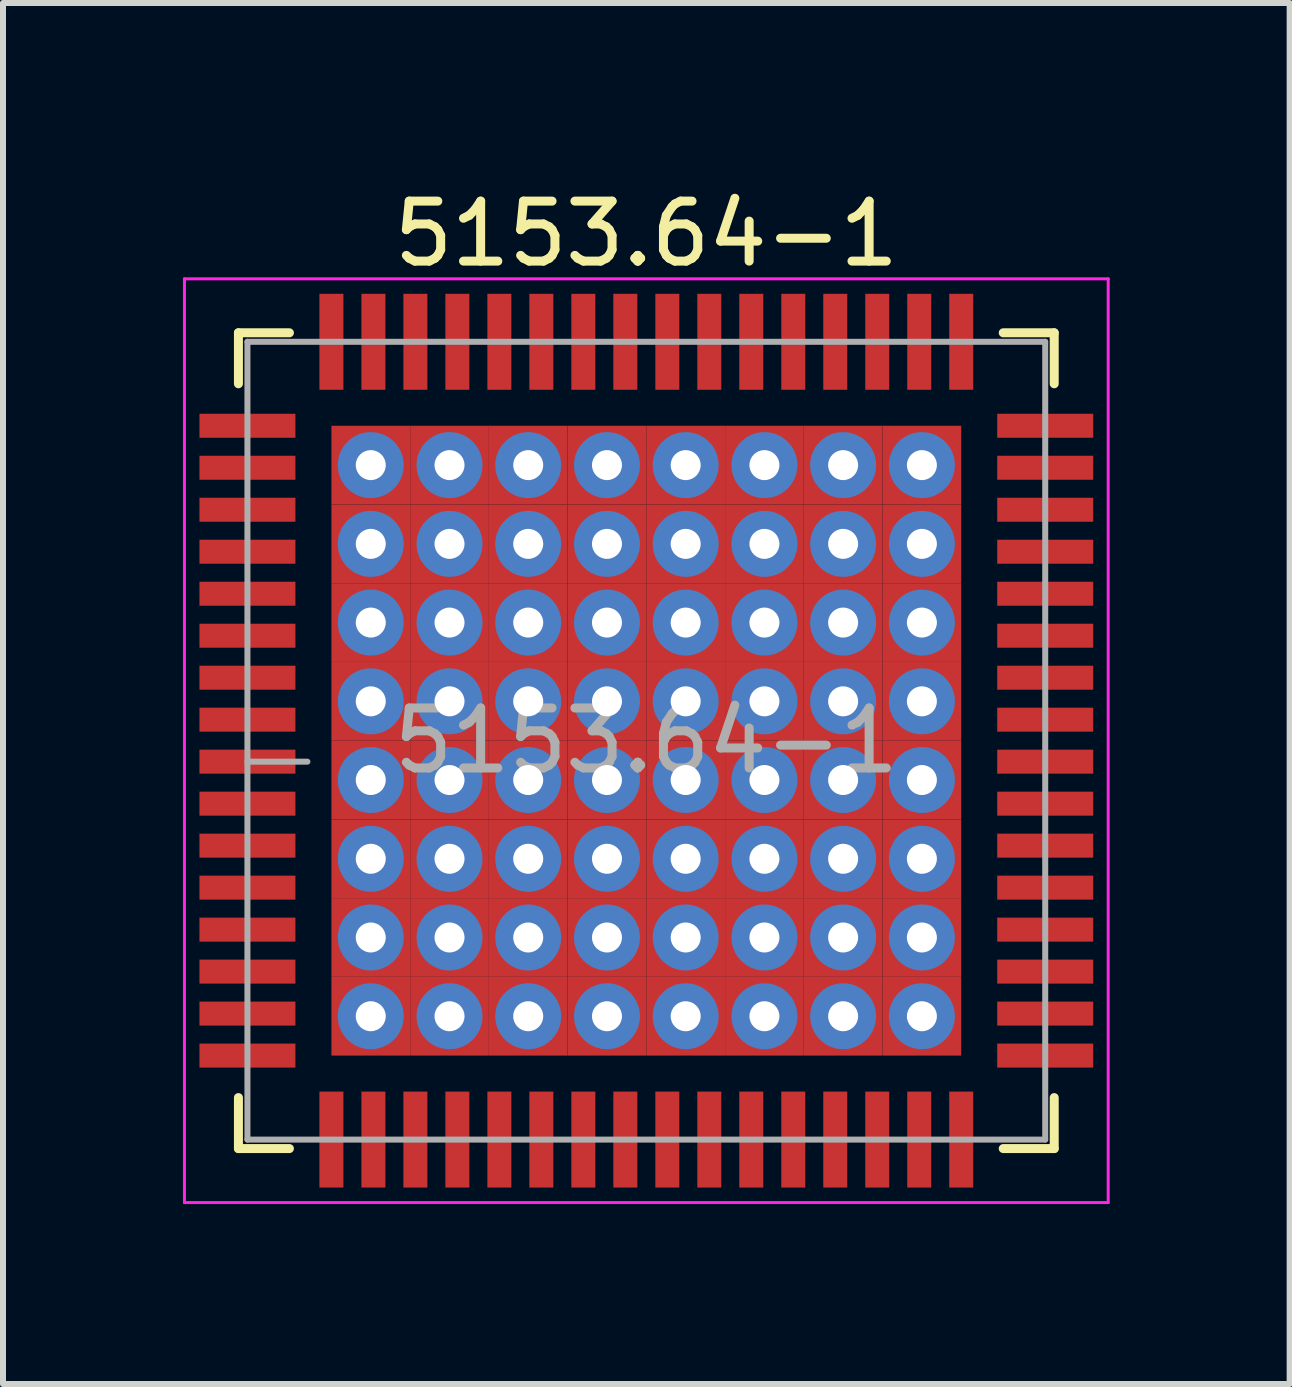
<source format=kicad_pcb>
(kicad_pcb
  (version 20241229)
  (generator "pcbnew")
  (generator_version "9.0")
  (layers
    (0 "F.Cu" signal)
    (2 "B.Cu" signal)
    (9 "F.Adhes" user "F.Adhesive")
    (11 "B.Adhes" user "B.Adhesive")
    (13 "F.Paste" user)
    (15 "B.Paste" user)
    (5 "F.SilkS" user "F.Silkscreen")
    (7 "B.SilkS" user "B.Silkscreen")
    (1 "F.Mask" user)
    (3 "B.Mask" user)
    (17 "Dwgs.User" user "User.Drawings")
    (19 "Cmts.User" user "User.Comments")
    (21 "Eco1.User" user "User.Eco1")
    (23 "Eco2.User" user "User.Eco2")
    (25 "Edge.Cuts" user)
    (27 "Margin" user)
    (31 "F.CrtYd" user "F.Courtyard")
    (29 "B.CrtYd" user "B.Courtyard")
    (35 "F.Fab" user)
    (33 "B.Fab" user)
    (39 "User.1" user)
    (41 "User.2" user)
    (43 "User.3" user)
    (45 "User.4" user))
  (footprint "5153.64-1"
    (layer "F.Cu")
    (at 7.725 9.298)
    (property "Reference" "5153.64-1" (at 0 -8.45 0) (layer "F.SilkS") (effects (font (size 1 1) (thickness 0.15))))
    (attr smd)
    (fp_line (start -6.8 -6.8) (end -5.95 -6.8) (stroke (width 0.15) (type solid)) (layer "F.SilkS"))
    (fp_line (start -6.8 -5.95) (end -6.8 -6.8) (stroke (width 0.15) (type solid)) (layer "F.SilkS"))
    (fp_line (start -6.8 6.8) (end -6.8 5.95) (stroke (width 0.15) (type solid)) (layer "F.SilkS"))
    (fp_line (start -5.95 6.8) (end -6.8 6.8) (stroke (width 0.15) (type solid)) (layer "F.SilkS"))
    (fp_line (start 5.95 -6.8) (end 6.8 -6.8) (stroke (width 0.15) (type solid)) (layer "F.SilkS"))
    (fp_line (start 5.95 6.8) (end 6.8 6.8) (stroke (width 0.15) (type solid)) (layer "F.SilkS"))
    (fp_line (start 6.8 -6.8) (end 6.8 -5.95) (stroke (width 0.15) (type solid)) (layer "F.SilkS"))
    (fp_line (start 6.8 6.8) (end 6.8 5.95) (stroke (width 0.15) (type solid)) (layer "F.SilkS"))
    (fp_line (start -7.7 -7.7) (end 7.7 -7.7) (stroke (width 0.05) (type solid)) (layer "F.CrtYd"))
    (fp_line (start -7.7 7.7) (end -7.7 -7.7) (stroke (width 0.05) (type solid)) (layer "F.CrtYd"))
    (fp_line (start 7.7 -7.7) (end 7.7 7.7) (stroke (width 0.05) (type solid)) (layer "F.CrtYd"))
    (fp_line (start 7.7 7.7) (end -7.7 7.7) (stroke (width 0.05) (type solid)) (layer "F.CrtYd"))
    (fp_line (start -6.65 -6.65) (end -6.65 6.65) (stroke (width 0.1) (type solid)) (layer "F.Fab"))
    (fp_line (start -6.65 0.35) (end -5.65 0.35) (stroke (width 0.1) (type solid)) (layer "F.Fab"))
    (fp_line (start -6.65 6.65) (end 6.65 6.65) (stroke (width 0.1) (type solid)) (layer "F.Fab"))
    (fp_line (start 6.65 -6.65) (end -6.65 -6.65) (stroke (width 0.1) (type solid)) (layer "F.Fab"))
    (fp_line (start 6.65 6.65) (end 6.65 -6.65) (stroke (width 0.1) (type solid)) (layer "F.Fab"))
    (fp_text user "${REFERENCE}" (at 0 0 0) (layer "F.Fab") (effects (font (size 1 1) (thickness 0.15))))
    (pad "1" smd rect (at -6.65 0.35 90) (size 0.4 1.6) (layers "F.Cu" "F.Mask" "F.Paste"))
    (pad "2" smd rect (at -6.65 1.05 90) (size 0.4 1.6) (layers "F.Cu" "F.Mask" "F.Paste"))
    (pad "3" smd rect (at -6.65 1.75 90) (size 0.4 1.6) (layers "F.Cu" "F.Mask" "F.Paste"))
    (pad "4" smd rect (at -6.65 2.45 90) (size 0.4 1.6) (layers "F.Cu" "F.Mask" "F.Paste"))
    (pad "5" smd rect (at -6.65 3.15 90) (size 0.4 1.6) (layers "F.Cu" "F.Mask" "F.Paste"))
    (pad "6" smd rect (at -6.65 3.85 90) (size 0.4 1.6) (layers "F.Cu" "F.Mask" "F.Paste"))
    (pad "7" smd rect (at -6.65 4.55 90) (size 0.4 1.6) (layers "F.Cu" "F.Mask" "F.Paste"))
    (pad "8" smd rect (at -6.65 5.25 90) (size 0.4 1.6) (layers "F.Cu" "F.Mask" "F.Paste"))
    (pad "9" smd rect (at -5.25 6.65) (size 0.4 1.6) (layers "F.Cu" "F.Mask" "F.Paste"))
    (pad "10" smd rect (at -4.55 6.65) (size 0.4 1.6) (layers "F.Cu" "F.Mask" "F.Paste"))
    (pad "11" smd rect (at -3.85 6.65) (size 0.4 1.6) (layers "F.Cu" "F.Mask" "F.Paste"))
    (pad "12" smd rect (at -3.15 6.65) (size 0.4 1.6) (layers "F.Cu" "F.Mask" "F.Paste"))
    (pad "13" smd rect (at -2.45 6.65) (size 0.4 1.6) (layers "F.Cu" "F.Mask" "F.Paste"))
    (pad "14" smd rect (at -1.75 6.65) (size 0.4 1.6) (layers "F.Cu" "F.Mask" "F.Paste"))
    (pad "15" smd rect (at -1.05 6.65) (size 0.4 1.6) (layers "F.Cu" "F.Mask" "F.Paste"))
    (pad "16" smd rect (at -0.35 6.65) (size 0.4 1.6) (layers "F.Cu" "F.Mask" "F.Paste"))
    (pad "17" smd rect (at 0.35 6.65) (size 0.4 1.6) (layers "F.Cu" "F.Mask" "F.Paste"))
    (pad "18" smd rect (at 1.05 6.65) (size 0.4 1.6) (layers "F.Cu" "F.Mask" "F.Paste"))
    (pad "19" smd rect (at 1.75 6.65) (size 0.4 1.6) (layers "F.Cu" "F.Mask" "F.Paste"))
    (pad "20" smd rect (at 2.45 6.65) (size 0.4 1.6) (layers "F.Cu" "F.Mask" "F.Paste"))
    (pad "21" smd rect (at 3.15 6.65) (size 0.4 1.6) (layers "F.Cu" "F.Mask" "F.Paste"))
    (pad "22" smd rect (at 3.85 6.65) (size 0.4 1.6) (layers "F.Cu" "F.Mask" "F.Paste"))
    (pad "23" smd rect (at 4.55 6.65) (size 0.4 1.6) (layers "F.Cu" "F.Mask" "F.Paste"))
    (pad "24" smd rect (at 5.25 6.65) (size 0.4 1.6) (layers "F.Cu" "F.Mask" "F.Paste"))
    (pad "25" smd rect (at 6.65 5.25 90) (size 0.4 1.6) (layers "F.Cu" "F.Mask" "F.Paste"))
    (pad "26" smd rect (at 6.65 4.55 90) (size 0.4 1.6) (layers "F.Cu" "F.Mask" "F.Paste"))
    (pad "27" smd rect (at 6.65 3.85 90) (size 0.4 1.6) (layers "F.Cu" "F.Mask" "F.Paste"))
    (pad "28" smd rect (at 6.65 3.15 90) (size 0.4 1.6) (layers "F.Cu" "F.Mask" "F.Paste"))
    (pad "29" smd rect (at 6.65 2.45 90) (size 0.4 1.6) (layers "F.Cu" "F.Mask" "F.Paste"))
    (pad "30" smd rect (at 6.65 1.75 90) (size 0.4 1.6) (layers "F.Cu" "F.Mask" "F.Paste"))
    (pad "31" smd rect (at 6.65 1.05 90) (size 0.4 1.6) (layers "F.Cu" "F.Mask" "F.Paste"))
    (pad "32" smd rect (at 6.65 0.35 90) (size 0.4 1.6) (layers "F.Cu" "F.Mask" "F.Paste"))
    (pad "33" smd rect (at 6.65 -0.35 90) (size 0.4 1.6) (layers "F.Cu" "F.Mask" "F.Paste"))
    (pad "34" smd rect (at 6.65 -1.05 90) (size 0.4 1.6) (layers "F.Cu" "F.Mask" "F.Paste"))
    (pad "35" smd rect (at 6.65 -1.75 90) (size 0.4 1.6) (layers "F.Cu" "F.Mask" "F.Paste"))
    (pad "36" smd rect (at 6.65 -2.45 90) (size 0.4 1.6) (layers "F.Cu" "F.Mask" "F.Paste"))
    (pad "37" smd rect (at 6.65 -3.15 90) (size 0.4 1.6) (layers "F.Cu" "F.Mask" "F.Paste"))
    (pad "38" smd rect (at 6.65 -3.85 90) (size 0.4 1.6) (layers "F.Cu" "F.Mask" "F.Paste"))
    (pad "39" smd rect (at 6.65 -4.55 90) (size 0.4 1.6) (layers "F.Cu" "F.Mask" "F.Paste"))
    (pad "40" smd rect (at 6.65 -5.25 90) (size 0.4 1.6) (layers "F.Cu" "F.Mask" "F.Paste"))
    (pad "41" smd rect (at 5.25 -6.65) (size 0.4 1.6) (layers "F.Cu" "F.Mask" "F.Paste"))
    (pad "42" smd rect (at 4.55 -6.65) (size 0.4 1.6) (layers "F.Cu" "F.Mask" "F.Paste"))
    (pad "43" smd rect (at 3.85 -6.65) (size 0.4 1.6) (layers "F.Cu" "F.Mask" "F.Paste"))
    (pad "44" smd rect (at 3.15 -6.65) (size 0.4 1.6) (layers "F.Cu" "F.Mask" "F.Paste"))
    (pad "45" smd rect (at 2.45 -6.65) (size 0.4 1.6) (layers "F.Cu" "F.Mask" "F.Paste"))
    (pad "46" smd rect (at 1.75 -6.65) (size 0.4 1.6) (layers "F.Cu" "F.Mask" "F.Paste"))
    (pad "47" smd rect (at 1.05 -6.65) (size 0.4 1.6) (layers "F.Cu" "F.Mask" "F.Paste"))
    (pad "48" smd rect (at 0.35 -6.65) (size 0.4 1.6) (layers "F.Cu" "F.Mask" "F.Paste"))
    (pad "49" smd rect (at -0.35 -6.65) (size 0.4 1.6) (layers "F.Cu" "F.Mask" "F.Paste"))
    (pad "50" smd rect (at -1.05 -6.65) (size 0.4 1.6) (layers "F.Cu" "F.Mask" "F.Paste"))
    (pad "51" smd rect (at -1.75 -6.65) (size 0.4 1.6) (layers "F.Cu" "F.Mask" "F.Paste"))
    (pad "52" smd rect (at -2.45 -6.65) (size 0.4 1.6) (layers "F.Cu" "F.Mask" "F.Paste"))
    (pad "53" smd rect (at -3.15 -6.65) (size 0.4 1.6) (layers "F.Cu" "F.Mask" "F.Paste"))
    (pad "54" smd rect (at -3.85 -6.65) (size 0.4 1.6) (layers "F.Cu" "F.Mask" "F.Paste"))
    (pad "55" smd rect (at -4.55 -6.65) (size 0.4 1.6) (layers "F.Cu" "F.Mask" "F.Paste"))
    (pad "56" smd rect (at -5.25 -6.65) (size 0.4 1.6) (layers "F.Cu" "F.Mask" "F.Paste"))
    (pad "57" smd rect (at -6.65 -5.25 90) (size 0.4 1.6) (layers "F.Cu" "F.Mask" "F.Paste"))
    (pad "58" smd rect (at -6.65 -4.55 90) (size 0.4 1.6) (layers "F.Cu" "F.Mask" "F.Paste"))
    (pad "59" smd rect (at -6.65 -3.85 90) (size 0.4 1.6) (layers "F.Cu" "F.Mask" "F.Paste"))
    (pad "60" smd rect (at -6.65 -3.15 90) (size 0.4 1.6) (layers "F.Cu" "F.Mask" "F.Paste"))
    (pad "61" smd rect (at -6.65 -2.45 90) (size 0.4 1.6) (layers "F.Cu" "F.Mask" "F.Paste"))
    (pad "62" smd rect (at -6.65 -1.75 90) (size 0.4 1.6) (layers "F.Cu" "F.Mask" "F.Paste"))
    (pad "63" smd rect (at -6.65 -1.05 90) (size 0.4 1.6) (layers "F.Cu" "F.Mask" "F.Paste"))
    (pad "64" smd rect (at -6.65 -0.35 90) (size 0.4 1.6) (layers "F.Cu" "F.Mask" "F.Paste"))
    (pad "65" thru_hole circle (at -4.594 -4.594) (size 1.1 1.1) (drill 0.5) (layers "*.Cu" "*.Mask"))
    (pad "65" smd rect (at -4.594 -4.594) (size 1.312 1.312) (layers "F.Cu" "F.Mask" "F.Paste"))
    (pad "65" thru_hole circle (at -4.594 -3.281) (size 1.1 1.1) (drill 0.5) (layers "*.Cu" "*.Mask"))
    (pad "65" smd rect (at -4.594 -3.281) (size 1.312 1.312) (layers "F.Cu" "F.Mask" "F.Paste"))
    (pad "65" thru_hole circle (at -4.594 -1.969) (size 1.1 1.1) (drill 0.5) (layers "*.Cu" "*.Mask"))
    (pad "65" smd rect (at -4.594 -1.969) (size 1.312 1.312) (layers "F.Cu" "F.Mask" "F.Paste"))
    (pad "65" thru_hole circle (at -4.594 -0.656) (size 1.1 1.1) (drill 0.5) (layers "*.Cu" "*.Mask"))
    (pad "65" smd rect (at -4.594 -0.656) (size 1.312 1.312) (layers "F.Cu" "F.Mask" "F.Paste"))
    (pad "65" thru_hole circle (at -4.594 0.656) (size 1.1 1.1) (drill 0.5) (layers "*.Cu" "*.Mask"))
    (pad "65" smd rect (at -4.594 0.656) (size 1.312 1.312) (layers "F.Cu" "F.Mask" "F.Paste"))
    (pad "65" thru_hole circle (at -4.594 1.969) (size 1.1 1.1) (drill 0.5) (layers "*.Cu" "*.Mask"))
    (pad "65" smd rect (at -4.594 1.969) (size 1.312 1.312) (layers "F.Cu" "F.Mask" "F.Paste"))
    (pad "65" thru_hole circle (at -4.594 3.281) (size 1.1 1.1) (drill 0.5) (layers "*.Cu" "*.Mask"))
    (pad "65" smd rect (at -4.594 3.281) (size 1.312 1.312) (layers "F.Cu" "F.Mask" "F.Paste"))
    (pad "65" thru_hole circle (at -4.594 4.594) (size 1.1 1.1) (drill 0.5) (layers "*.Cu" "*.Mask"))
    (pad "65" smd rect (at -4.594 4.594) (size 1.312 1.312) (layers "F.Cu" "F.Mask" "F.Paste"))
    (pad "65" thru_hole circle (at -3.281 -4.594) (size 1.1 1.1) (drill 0.5) (layers "*.Cu" "*.Mask"))
    (pad "65" smd rect (at -3.281 -4.594) (size 1.312 1.312) (layers "F.Cu" "F.Mask" "F.Paste"))
    (pad "65" thru_hole circle (at -3.281 -3.281) (size 1.1 1.1) (drill 0.5) (layers "*.Cu" "*.Mask"))
    (pad "65" smd rect (at -3.281 -3.281) (size 1.312 1.312) (layers "F.Cu" "F.Mask" "F.Paste"))
    (pad "65" thru_hole circle (at -3.281 -1.969) (size 1.1 1.1) (drill 0.5) (layers "*.Cu" "*.Mask"))
    (pad "65" smd rect (at -3.281 -1.969) (size 1.312 1.312) (layers "F.Cu" "F.Mask" "F.Paste"))
    (pad "65" thru_hole circle (at -3.281 -0.656) (size 1.1 1.1) (drill 0.5) (layers "*.Cu" "*.Mask"))
    (pad "65" smd rect (at -3.281 -0.656) (size 1.312 1.312) (layers "F.Cu" "F.Mask" "F.Paste"))
    (pad "65" thru_hole circle (at -3.281 0.656) (size 1.1 1.1) (drill 0.5) (layers "*.Cu" "*.Mask"))
    (pad "65" smd rect (at -3.281 0.656) (size 1.312 1.312) (layers "F.Cu" "F.Mask" "F.Paste"))
    (pad "65" thru_hole circle (at -3.281 1.969) (size 1.1 1.1) (drill 0.5) (layers "*.Cu" "*.Mask"))
    (pad "65" smd rect (at -3.281 1.969) (size 1.312 1.312) (layers "F.Cu" "F.Mask" "F.Paste"))
    (pad "65" thru_hole circle (at -3.281 3.281) (size 1.1 1.1) (drill 0.5) (layers "*.Cu" "*.Mask"))
    (pad "65" smd rect (at -3.281 3.281) (size 1.312 1.312) (layers "F.Cu" "F.Mask" "F.Paste"))
    (pad "65" thru_hole circle (at -3.281 4.594) (size 1.1 1.1) (drill 0.5) (layers "*.Cu" "*.Mask"))
    (pad "65" smd rect (at -3.281 4.594) (size 1.312 1.312) (layers "F.Cu" "F.Mask" "F.Paste"))
    (pad "65" thru_hole circle (at -1.969 -4.594) (size 1.1 1.1) (drill 0.5) (layers "*.Cu" "*.Mask"))
    (pad "65" smd rect (at -1.969 -4.594) (size 1.312 1.312) (layers "F.Cu" "F.Mask" "F.Paste"))
    (pad "65" thru_hole circle (at -1.969 -3.281) (size 1.1 1.1) (drill 0.5) (layers "*.Cu" "*.Mask"))
    (pad "65" smd rect (at -1.969 -3.281) (size 1.312 1.312) (layers "F.Cu" "F.Mask" "F.Paste"))
    (pad "65" thru_hole circle (at -1.969 -1.969) (size 1.1 1.1) (drill 0.5) (layers "*.Cu" "*.Mask"))
    (pad "65" smd rect (at -1.969 -1.969) (size 1.312 1.312) (layers "F.Cu" "F.Mask" "F.Paste"))
    (pad "65" thru_hole circle (at -1.969 -0.656) (size 1.1 1.1) (drill 0.5) (layers "*.Cu" "*.Mask"))
    (pad "65" smd rect (at -1.969 -0.656) (size 1.312 1.312) (layers "F.Cu" "F.Mask" "F.Paste"))
    (pad "65" thru_hole circle (at -1.969 0.656) (size 1.1 1.1) (drill 0.5) (layers "*.Cu" "*.Mask"))
    (pad "65" smd rect (at -1.969 0.656) (size 1.312 1.312) (layers "F.Cu" "F.Mask" "F.Paste"))
    (pad "65" thru_hole circle (at -1.969 1.969) (size 1.1 1.1) (drill 0.5) (layers "*.Cu" "*.Mask"))
    (pad "65" smd rect (at -1.969 1.969) (size 1.312 1.312) (layers "F.Cu" "F.Mask" "F.Paste"))
    (pad "65" thru_hole circle (at -1.969 3.281) (size 1.1 1.1) (drill 0.5) (layers "*.Cu" "*.Mask"))
    (pad "65" smd rect (at -1.969 3.281) (size 1.312 1.312) (layers "F.Cu" "F.Mask" "F.Paste"))
    (pad "65" thru_hole circle (at -1.969 4.594) (size 1.1 1.1) (drill 0.5) (layers "*.Cu" "*.Mask"))
    (pad "65" smd rect (at -1.969 4.594) (size 1.312 1.312) (layers "F.Cu" "F.Mask" "F.Paste"))
    (pad "65" thru_hole circle (at -0.656 -4.594) (size 1.1 1.1) (drill 0.5) (layers "*.Cu" "*.Mask"))
    (pad "65" smd rect (at -0.656 -4.594) (size 1.312 1.312) (layers "F.Cu" "F.Mask" "F.Paste"))
    (pad "65" thru_hole circle (at -0.656 -3.281) (size 1.1 1.1) (drill 0.5) (layers "*.Cu" "*.Mask"))
    (pad "65" smd rect (at -0.656 -3.281) (size 1.312 1.312) (layers "F.Cu" "F.Mask" "F.Paste"))
    (pad "65" thru_hole circle (at -0.656 -1.969) (size 1.1 1.1) (drill 0.5) (layers "*.Cu" "*.Mask"))
    (pad "65" smd rect (at -0.656 -1.969) (size 1.312 1.312) (layers "F.Cu" "F.Mask" "F.Paste"))
    (pad "65" thru_hole circle (at -0.656 -0.656) (size 1.1 1.1) (drill 0.5) (layers "*.Cu" "*.Mask"))
    (pad "65" smd rect (at -0.656 -0.656) (size 1.312 1.312) (layers "F.Cu" "F.Mask" "F.Paste"))
    (pad "65" thru_hole circle (at -0.656 0.656) (size 1.1 1.1) (drill 0.5) (layers "*.Cu" "*.Mask"))
    (pad "65" smd rect (at -0.656 0.656) (size 1.312 1.312) (layers "F.Cu" "F.Mask" "F.Paste"))
    (pad "65" thru_hole circle (at -0.656 1.969) (size 1.1 1.1) (drill 0.5) (layers "*.Cu" "*.Mask"))
    (pad "65" smd rect (at -0.656 1.969) (size 1.312 1.312) (layers "F.Cu" "F.Mask" "F.Paste"))
    (pad "65" thru_hole circle (at -0.656 3.281) (size 1.1 1.1) (drill 0.5) (layers "*.Cu" "*.Mask"))
    (pad "65" smd rect (at -0.656 3.281) (size 1.312 1.312) (layers "F.Cu" "F.Mask" "F.Paste"))
    (pad "65" thru_hole circle (at -0.656 4.594) (size 1.1 1.1) (drill 0.5) (layers "*.Cu" "*.Mask"))
    (pad "65" smd rect (at -0.656 4.594) (size 1.312 1.312) (layers "F.Cu" "F.Mask" "F.Paste"))
    (pad "65" thru_hole circle (at 0.656 -4.594) (size 1.1 1.1) (drill 0.5) (layers "*.Cu" "*.Mask"))
    (pad "65" smd rect (at 0.656 -4.594) (size 1.312 1.312) (layers "F.Cu" "F.Mask" "F.Paste"))
    (pad "65" thru_hole circle (at 0.656 -3.281) (size 1.1 1.1) (drill 0.5) (layers "*.Cu" "*.Mask"))
    (pad "65" smd rect (at 0.656 -3.281) (size 1.312 1.312) (layers "F.Cu" "F.Mask" "F.Paste"))
    (pad "65" thru_hole circle (at 0.656 -1.969) (size 1.1 1.1) (drill 0.5) (layers "*.Cu" "*.Mask"))
    (pad "65" smd rect (at 0.656 -1.969) (size 1.312 1.312) (layers "F.Cu" "F.Mask" "F.Paste"))
    (pad "65" thru_hole circle (at 0.656 -0.656) (size 1.1 1.1) (drill 0.5) (layers "*.Cu" "*.Mask"))
    (pad "65" smd rect (at 0.656 -0.656) (size 1.312 1.312) (layers "F.Cu" "F.Mask" "F.Paste"))
    (pad "65" thru_hole circle (at 0.656 0.656) (size 1.1 1.1) (drill 0.5) (layers "*.Cu" "*.Mask"))
    (pad "65" smd rect (at 0.656 0.656) (size 1.312 1.312) (layers "F.Cu" "F.Mask" "F.Paste"))
    (pad "65" thru_hole circle (at 0.656 1.969) (size 1.1 1.1) (drill 0.5) (layers "*.Cu" "*.Mask"))
    (pad "65" smd rect (at 0.656 1.969) (size 1.312 1.312) (layers "F.Cu" "F.Mask" "F.Paste"))
    (pad "65" thru_hole circle (at 0.656 3.281) (size 1.1 1.1) (drill 0.5) (layers "*.Cu" "*.Mask"))
    (pad "65" smd rect (at 0.656 3.281) (size 1.312 1.312) (layers "F.Cu" "F.Mask" "F.Paste"))
    (pad "65" thru_hole circle (at 0.656 4.594) (size 1.1 1.1) (drill 0.5) (layers "*.Cu" "*.Mask"))
    (pad "65" smd rect (at 0.656 4.594) (size 1.312 1.312) (layers "F.Cu" "F.Mask" "F.Paste"))
    (pad "65" thru_hole circle (at 1.969 -4.594) (size 1.1 1.1) (drill 0.5) (layers "*.Cu" "*.Mask"))
    (pad "65" smd rect (at 1.969 -4.594) (size 1.312 1.312) (layers "F.Cu" "F.Mask" "F.Paste"))
    (pad "65" thru_hole circle (at 1.969 -3.281) (size 1.1 1.1) (drill 0.5) (layers "*.Cu" "*.Mask"))
    (pad "65" smd rect (at 1.969 -3.281) (size 1.312 1.312) (layers "F.Cu" "F.Mask" "F.Paste"))
    (pad "65" thru_hole circle (at 1.969 -1.969) (size 1.1 1.1) (drill 0.5) (layers "*.Cu" "*.Mask"))
    (pad "65" smd rect (at 1.969 -1.969) (size 1.312 1.312) (layers "F.Cu" "F.Mask" "F.Paste"))
    (pad "65" thru_hole circle (at 1.969 -0.656) (size 1.1 1.1) (drill 0.5) (layers "*.Cu" "*.Mask"))
    (pad "65" smd rect (at 1.969 -0.656) (size 1.312 1.312) (layers "F.Cu" "F.Mask" "F.Paste"))
    (pad "65" thru_hole circle (at 1.969 0.656) (size 1.1 1.1) (drill 0.5) (layers "*.Cu" "*.Mask"))
    (pad "65" smd rect (at 1.969 0.656) (size 1.312 1.312) (layers "F.Cu" "F.Mask" "F.Paste"))
    (pad "65" thru_hole circle (at 1.969 1.969) (size 1.1 1.1) (drill 0.5) (layers "*.Cu" "*.Mask"))
    (pad "65" smd rect (at 1.969 1.969) (size 1.312 1.312) (layers "F.Cu" "F.Mask" "F.Paste"))
    (pad "65" thru_hole circle (at 1.969 3.281) (size 1.1 1.1) (drill 0.5) (layers "*.Cu" "*.Mask"))
    (pad "65" smd rect (at 1.969 3.281) (size 1.312 1.312) (layers "F.Cu" "F.Mask" "F.Paste"))
    (pad "65" thru_hole circle (at 1.969 4.594) (size 1.1 1.1) (drill 0.5) (layers "*.Cu" "*.Mask"))
    (pad "65" smd rect (at 1.969 4.594) (size 1.312 1.312) (layers "F.Cu" "F.Mask" "F.Paste"))
    (pad "65" thru_hole circle (at 3.281 -4.594) (size 1.1 1.1) (drill 0.5) (layers "*.Cu" "*.Mask"))
    (pad "65" smd rect (at 3.281 -4.594) (size 1.312 1.312) (layers "F.Cu" "F.Mask" "F.Paste"))
    (pad "65" thru_hole circle (at 3.281 -3.281) (size 1.1 1.1) (drill 0.5) (layers "*.Cu" "*.Mask"))
    (pad "65" smd rect (at 3.281 -3.281) (size 1.312 1.312) (layers "F.Cu" "F.Mask" "F.Paste"))
    (pad "65" thru_hole circle (at 3.281 -1.969) (size 1.1 1.1) (drill 0.5) (layers "*.Cu" "*.Mask"))
    (pad "65" smd rect (at 3.281 -1.969) (size 1.312 1.312) (layers "F.Cu" "F.Mask" "F.Paste"))
    (pad "65" thru_hole circle (at 3.281 -0.656) (size 1.1 1.1) (drill 0.5) (layers "*.Cu" "*.Mask"))
    (pad "65" smd rect (at 3.281 -0.656) (size 1.312 1.312) (layers "F.Cu" "F.Mask" "F.Paste"))
    (pad "65" thru_hole circle (at 3.281 0.656) (size 1.1 1.1) (drill 0.5) (layers "*.Cu" "*.Mask"))
    (pad "65" smd rect (at 3.281 0.656) (size 1.312 1.312) (layers "F.Cu" "F.Mask" "F.Paste"))
    (pad "65" thru_hole circle (at 3.281 1.969) (size 1.1 1.1) (drill 0.5) (layers "*.Cu" "*.Mask"))
    (pad "65" smd rect (at 3.281 1.969) (size 1.312 1.312) (layers "F.Cu" "F.Mask" "F.Paste"))
    (pad "65" thru_hole circle (at 3.281 3.281) (size 1.1 1.1) (drill 0.5) (layers "*.Cu" "*.Mask"))
    (pad "65" smd rect (at 3.281 3.281) (size 1.312 1.312) (layers "F.Cu" "F.Mask" "F.Paste"))
    (pad "65" thru_hole circle (at 3.281 4.594) (size 1.1 1.1) (drill 0.5) (layers "*.Cu" "*.Mask"))
    (pad "65" smd rect (at 3.281 4.594) (size 1.312 1.312) (layers "F.Cu" "F.Mask" "F.Paste"))
    (pad "65" thru_hole circle (at 4.594 -4.594) (size 1.1 1.1) (drill 0.5) (layers "*.Cu" "*.Mask"))
    (pad "65" smd rect (at 4.594 -4.594) (size 1.312 1.312) (layers "F.Cu" "F.Mask" "F.Paste"))
    (pad "65" thru_hole circle (at 4.594 -3.281) (size 1.1 1.1) (drill 0.5) (layers "*.Cu" "*.Mask"))
    (pad "65" smd rect (at 4.594 -3.281) (size 1.312 1.312) (layers "F.Cu" "F.Mask" "F.Paste"))
    (pad "65" thru_hole circle (at 4.594 -1.969) (size 1.1 1.1) (drill 0.5) (layers "*.Cu" "*.Mask"))
    (pad "65" smd rect (at 4.594 -1.969) (size 1.312 1.312) (layers "F.Cu" "F.Mask" "F.Paste"))
    (pad "65" thru_hole circle (at 4.594 -0.656) (size 1.1 1.1) (drill 0.5) (layers "*.Cu" "*.Mask"))
    (pad "65" smd rect (at 4.594 -0.656) (size 1.312 1.312) (layers "F.Cu" "F.Mask" "F.Paste"))
    (pad "65" thru_hole circle (at 4.594 0.656) (size 1.1 1.1) (drill 0.5) (layers "*.Cu" "*.Mask"))
    (pad "65" smd rect (at 4.594 0.656) (size 1.312 1.312) (layers "F.Cu" "F.Mask" "F.Paste"))
    (pad "65" thru_hole circle (at 4.594 1.969) (size 1.1 1.1) (drill 0.5) (layers "*.Cu" "*.Mask"))
    (pad "65" smd rect (at 4.594 1.969) (size 1.312 1.312) (layers "F.Cu" "F.Mask" "F.Paste"))
    (pad "65" thru_hole circle (at 4.594 3.281) (size 1.1 1.1) (drill 0.5) (layers "*.Cu" "*.Mask"))
    (pad "65" smd rect (at 4.594 3.281) (size 1.312 1.312) (layers "F.Cu" "F.Mask" "F.Paste"))
    (pad "65" thru_hole circle (at 4.594 4.594) (size 1.1 1.1) (drill 0.5) (layers "*.Cu" "*.Mask"))
    (pad "65" smd rect (at 4.594 4.594) (size 1.312 1.312) (layers "F.Cu" "F.Mask" "F.Paste")))
  (gr_rect
    (start -3 -3)
    (end 18.45 20.023)
    (stroke (width 0.1) (type default))
    (fill no)
    (layer "Edge.Cuts")))
</source>
